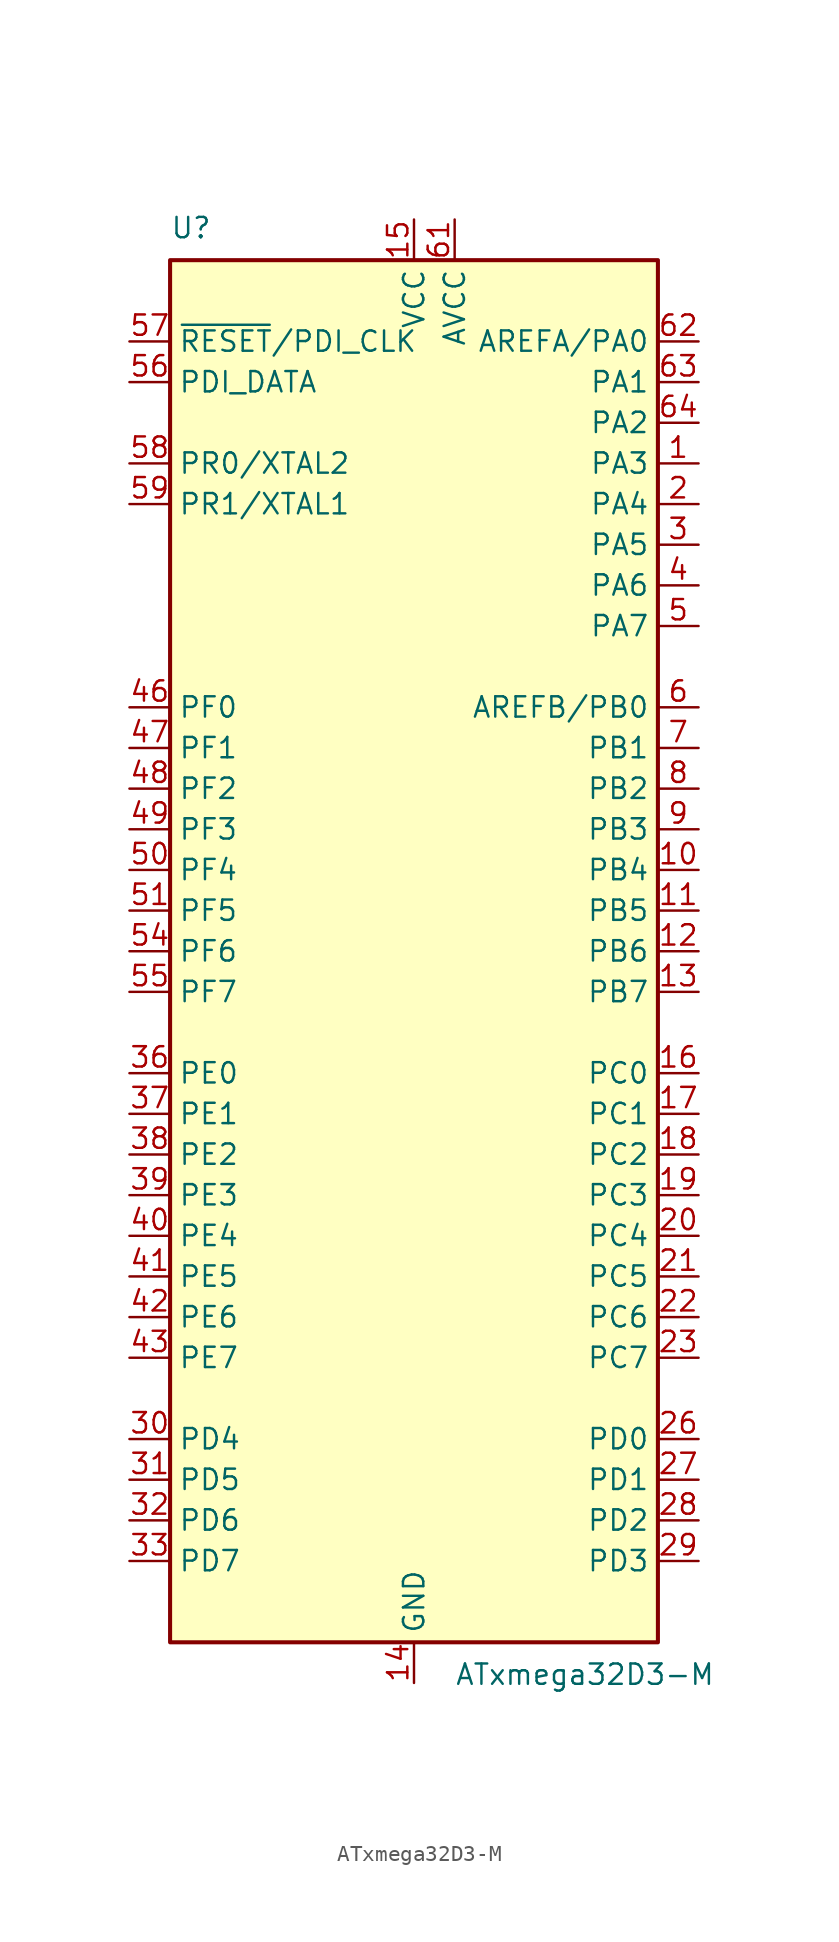
<source format=kicad_sym>
(kicad_symbol_lib
  (version 20231120)
  (generator "kicad_symbol_editor")
  (generator_version "8.0")
  (symbol "ATxmega32D3-M"
    (property "Reference" "U"
      (at -15.24 44.45 0)
      (effects (font (size 1.27 1.27)) (justify left bottom)))
    (property "Value" "ATxmega32D3-M"
      (at 2.54 -44.45 0)
      (effects (font (size 1.27 1.27)) (justify left top)))
    (symbol "ATxmega32D3-M_0_1"
      (rectangle (start -15.24 -43.18) (end 15.24 43.18) (stroke (width 0.254) (type default)) (fill (type background))))
    (symbol "ATxmega32D3-M_1_1"
      (pin bidirectional line (at 17.78 30.48 180) (length 2.54) (name "PA3" (effects (font (size 1.27 1.27)))) (number "1" (effects (font (size 1.27 1.27)))))
      (pin bidirectional line (at 17.78 5.08 180) (length 2.54) (name "PB4" (effects (font (size 1.27 1.27)))) (number "10" (effects (font (size 1.27 1.27)))))
      (pin bidirectional line (at 17.78 2.54 180) (length 2.54) (name "PB5" (effects (font (size 1.27 1.27)))) (number "11" (effects (font (size 1.27 1.27)))))
      (pin bidirectional line (at 17.78 0 180) (length 2.54) (name "PB6" (effects (font (size 1.27 1.27)))) (number "12" (effects (font (size 1.27 1.27)))))
      (pin bidirectional line (at 17.78 -2.54 180) (length 2.54) (name "PB7" (effects (font (size 1.27 1.27)))) (number "13" (effects (font (size 1.27 1.27)))))
      (pin power_in line (at 0 -45.72 90) (length 2.54) (name "GND" (effects (font (size 1.27 1.27)))) (number "14" (effects (font (size 1.27 1.27)))))
      (pin power_in line (at 0 45.72 270) (length 2.54) (name "VCC" (effects (font (size 1.27 1.27)))) (number "15" (effects (font (size 1.27 1.27)))))
      (pin bidirectional line (at 17.78 -7.62 180) (length 2.54) (name "PC0" (effects (font (size 1.27 1.27)))) (number "16" (effects (font (size 1.27 1.27)))))
      (pin bidirectional line (at 17.78 -10.16 180) (length 2.54) (name "PC1" (effects (font (size 1.27 1.27)))) (number "17" (effects (font (size 1.27 1.27)))))
      (pin bidirectional line (at 17.78 -12.7 180) (length 2.54) (name "PC2" (effects (font (size 1.27 1.27)))) (number "18" (effects (font (size 1.27 1.27)))))
      (pin bidirectional line (at 17.78 -15.24 180) (length 2.54) (name "PC3" (effects (font (size 1.27 1.27)))) (number "19" (effects (font (size 1.27 1.27)))))
      (pin bidirectional line (at 17.78 27.94 180) (length 2.54) (name "PA4" (effects (font (size 1.27 1.27)))) (number "2" (effects (font (size 1.27 1.27)))))
      (pin bidirectional line (at 17.78 -17.78 180) (length 2.54) (name "PC4" (effects (font (size 1.27 1.27)))) (number "20" (effects (font (size 1.27 1.27)))))
      (pin bidirectional line (at 17.78 -20.32 180) (length 2.54) (name "PC5" (effects (font (size 1.27 1.27)))) (number "21" (effects (font (size 1.27 1.27)))))
      (pin bidirectional line (at 17.78 -22.86 180) (length 2.54) (name "PC6" (effects (font (size 1.27 1.27)))) (number "22" (effects (font (size 1.27 1.27)))))
      (pin bidirectional line (at 17.78 -25.4 180) (length 2.54) (name "PC7" (effects (font (size 1.27 1.27)))) (number "23" (effects (font (size 1.27 1.27)))))
      (pin passive line (at 0 -45.72 90) (length 2.54) hide (name "GND" (effects (font (size 1.27 1.27)))) (number "24" (effects (font (size 1.27 1.27)))))
      (pin passive line (at 0 45.72 270) (length 2.54) hide (name "VCC" (effects (font (size 1.27 1.27)))) (number "25" (effects (font (size 1.27 1.27)))))
      (pin bidirectional line (at 17.78 -30.48 180) (length 2.54) (name "PD0" (effects (font (size 1.27 1.27)))) (number "26" (effects (font (size 1.27 1.27)))))
      (pin bidirectional line (at 17.78 -33.02 180) (length 2.54) (name "PD1" (effects (font (size 1.27 1.27)))) (number "27" (effects (font (size 1.27 1.27)))))
      (pin bidirectional line (at 17.78 -35.56 180) (length 2.54) (name "PD2" (effects (font (size 1.27 1.27)))) (number "28" (effects (font (size 1.27 1.27)))))
      (pin bidirectional line (at 17.78 -38.1 180) (length 2.54) (name "PD3" (effects (font (size 1.27 1.27)))) (number "29" (effects (font (size 1.27 1.27)))))
      (pin bidirectional line (at 17.78 25.4 180) (length 2.54) (name "PA5" (effects (font (size 1.27 1.27)))) (number "3" (effects (font (size 1.27 1.27)))))
      (pin bidirectional line (at -17.78 -30.48 0) (length 2.54) (name "PD4" (effects (font (size 1.27 1.27)))) (number "30" (effects (font (size 1.27 1.27)))))
      (pin bidirectional line (at -17.78 -33.02 0) (length 2.54) (name "PD5" (effects (font (size 1.27 1.27)))) (number "31" (effects (font (size 1.27 1.27)))))
      (pin bidirectional line (at -17.78 -35.56 0) (length 2.54) (name "PD6" (effects (font (size 1.27 1.27)))) (number "32" (effects (font (size 1.27 1.27)))))
      (pin bidirectional line (at -17.78 -38.1 0) (length 2.54) (name "PD7" (effects (font (size 1.27 1.27)))) (number "33" (effects (font (size 1.27 1.27)))))
      (pin passive line (at 0 -45.72 90) (length 2.54) hide (name "GND" (effects (font (size 1.27 1.27)))) (number "34" (effects (font (size 1.27 1.27)))))
      (pin passive line (at 0 45.72 270) (length 2.54) hide (name "VCC" (effects (font (size 1.27 1.27)))) (number "35" (effects (font (size 1.27 1.27)))))
      (pin bidirectional line (at -17.78 -7.62 0) (length 2.54) (name "PE0" (effects (font (size 1.27 1.27)))) (number "36" (effects (font (size 1.27 1.27)))))
      (pin bidirectional line (at -17.78 -10.16 0) (length 2.54) (name "PE1" (effects (font (size 1.27 1.27)))) (number "37" (effects (font (size 1.27 1.27)))))
      (pin bidirectional line (at -17.78 -12.7 0) (length 2.54) (name "PE2" (effects (font (size 1.27 1.27)))) (number "38" (effects (font (size 1.27 1.27)))))
      (pin bidirectional line (at -17.78 -15.24 0) (length 2.54) (name "PE3" (effects (font (size 1.27 1.27)))) (number "39" (effects (font (size 1.27 1.27)))))
      (pin bidirectional line (at 17.78 22.86 180) (length 2.54) (name "PA6" (effects (font (size 1.27 1.27)))) (number "4" (effects (font (size 1.27 1.27)))))
      (pin bidirectional line (at -17.78 -17.78 0) (length 2.54) (name "PE4" (effects (font (size 1.27 1.27)))) (number "40" (effects (font (size 1.27 1.27)))))
      (pin bidirectional line (at -17.78 -20.32 0) (length 2.54) (name "PE5" (effects (font (size 1.27 1.27)))) (number "41" (effects (font (size 1.27 1.27)))))
      (pin bidirectional line (at -17.78 -22.86 0) (length 2.54) (name "PE6" (effects (font (size 1.27 1.27)))) (number "42" (effects (font (size 1.27 1.27)))))
      (pin bidirectional line (at -17.78 -25.4 0) (length 2.54) (name "PE7" (effects (font (size 1.27 1.27)))) (number "43" (effects (font (size 1.27 1.27)))))
      (pin passive line (at 0 -45.72 90) (length 2.54) hide (name "GND" (effects (font (size 1.27 1.27)))) (number "44" (effects (font (size 1.27 1.27)))))
      (pin passive line (at 0 45.72 270) (length 2.54) hide (name "VCC" (effects (font (size 1.27 1.27)))) (number "45" (effects (font (size 1.27 1.27)))))
      (pin bidirectional line (at -17.78 15.24 0) (length 2.54) (name "PF0" (effects (font (size 1.27 1.27)))) (number "46" (effects (font (size 1.27 1.27)))))
      (pin bidirectional line (at -17.78 12.7 0) (length 2.54) (name "PF1" (effects (font (size 1.27 1.27)))) (number "47" (effects (font (size 1.27 1.27)))))
      (pin bidirectional line (at -17.78 10.16 0) (length 2.54) (name "PF2" (effects (font (size 1.27 1.27)))) (number "48" (effects (font (size 1.27 1.27)))))
      (pin bidirectional line (at -17.78 7.62 0) (length 2.54) (name "PF3" (effects (font (size 1.27 1.27)))) (number "49" (effects (font (size 1.27 1.27)))))
      (pin bidirectional line (at 17.78 20.32 180) (length 2.54) (name "PA7" (effects (font (size 1.27 1.27)))) (number "5" (effects (font (size 1.27 1.27)))))
      (pin bidirectional line (at -17.78 5.08 0) (length 2.54) (name "PF4" (effects (font (size 1.27 1.27)))) (number "50" (effects (font (size 1.27 1.27)))))
      (pin bidirectional line (at -17.78 2.54 0) (length 2.54) (name "PF5" (effects (font (size 1.27 1.27)))) (number "51" (effects (font (size 1.27 1.27)))))
      (pin passive line (at 0 -45.72 90) (length 2.54) hide (name "GND" (effects (font (size 1.27 1.27)))) (number "52" (effects (font (size 1.27 1.27)))))
      (pin passive line (at 0 45.72 270) (length 2.54) hide (name "VCC" (effects (font (size 1.27 1.27)))) (number "53" (effects (font (size 1.27 1.27)))))
      (pin bidirectional line (at -17.78 0 0) (length 2.54) (name "PF6" (effects (font (size 1.27 1.27)))) (number "54" (effects (font (size 1.27 1.27)))))
      (pin bidirectional line (at -17.78 -2.54 0) (length 2.54) (name "PF7" (effects (font (size 1.27 1.27)))) (number "55" (effects (font (size 1.27 1.27)))))
      (pin bidirectional line (at -17.78 35.56 0) (length 2.54) (name "PDI_DATA" (effects (font (size 1.27 1.27)))) (number "56" (effects (font (size 1.27 1.27)))))
      (pin input line (at -17.78 38.1 0) (length 2.54) (name "~{RESET}/PDI_CLK" (effects (font (size 1.27 1.27)))) (number "57" (effects (font (size 1.27 1.27)))))
      (pin bidirectional line (at -17.78 30.48 0) (length 2.54) (name "PR0/XTAL2" (effects (font (size 1.27 1.27)))) (number "58" (effects (font (size 1.27 1.27)))))
      (pin bidirectional line (at -17.78 27.94 0) (length 2.54) (name "PR1/XTAL1" (effects (font (size 1.27 1.27)))) (number "59" (effects (font (size 1.27 1.27)))))
      (pin bidirectional line (at 17.78 15.24 180) (length 2.54) (name "AREFB/PB0" (effects (font (size 1.27 1.27)))) (number "6" (effects (font (size 1.27 1.27)))))
      (pin passive line (at 0 -45.72 90) (length 2.54) hide (name "GND" (effects (font (size 1.27 1.27)))) (number "60" (effects (font (size 1.27 1.27)))))
      (pin power_in line (at 2.54 45.72 270) (length 2.54) (name "AVCC" (effects (font (size 1.27 1.27)))) (number "61" (effects (font (size 1.27 1.27)))))
      (pin bidirectional line (at 17.78 38.1 180) (length 2.54) (name "AREFA/PA0" (effects (font (size 1.27 1.27)))) (number "62" (effects (font (size 1.27 1.27)))))
      (pin bidirectional line (at 17.78 35.56 180) (length 2.54) (name "PA1" (effects (font (size 1.27 1.27)))) (number "63" (effects (font (size 1.27 1.27)))))
      (pin bidirectional line (at 17.78 33.02 180) (length 2.54) (name "PA2" (effects (font (size 1.27 1.27)))) (number "64" (effects (font (size 1.27 1.27)))))
      (pin passive line (at 0 -45.72 90) (length 2.54) hide (name "GND" (effects (font (size 1.27 1.27)))) (number "65" (effects (font (size 1.27 1.27)))))
      (pin bidirectional line (at 17.78 12.7 180) (length 2.54) (name "PB1" (effects (font (size 1.27 1.27)))) (number "7" (effects (font (size 1.27 1.27)))))
      (pin bidirectional line (at 17.78 10.16 180) (length 2.54) (name "PB2" (effects (font (size 1.27 1.27)))) (number "8" (effects (font (size 1.27 1.27)))))
      (pin bidirectional line (at 17.78 7.62 180) (length 2.54) (name "PB3" (effects (font (size 1.27 1.27)))) (number "9" (effects (font (size 1.27 1.27))))))))
</source>
